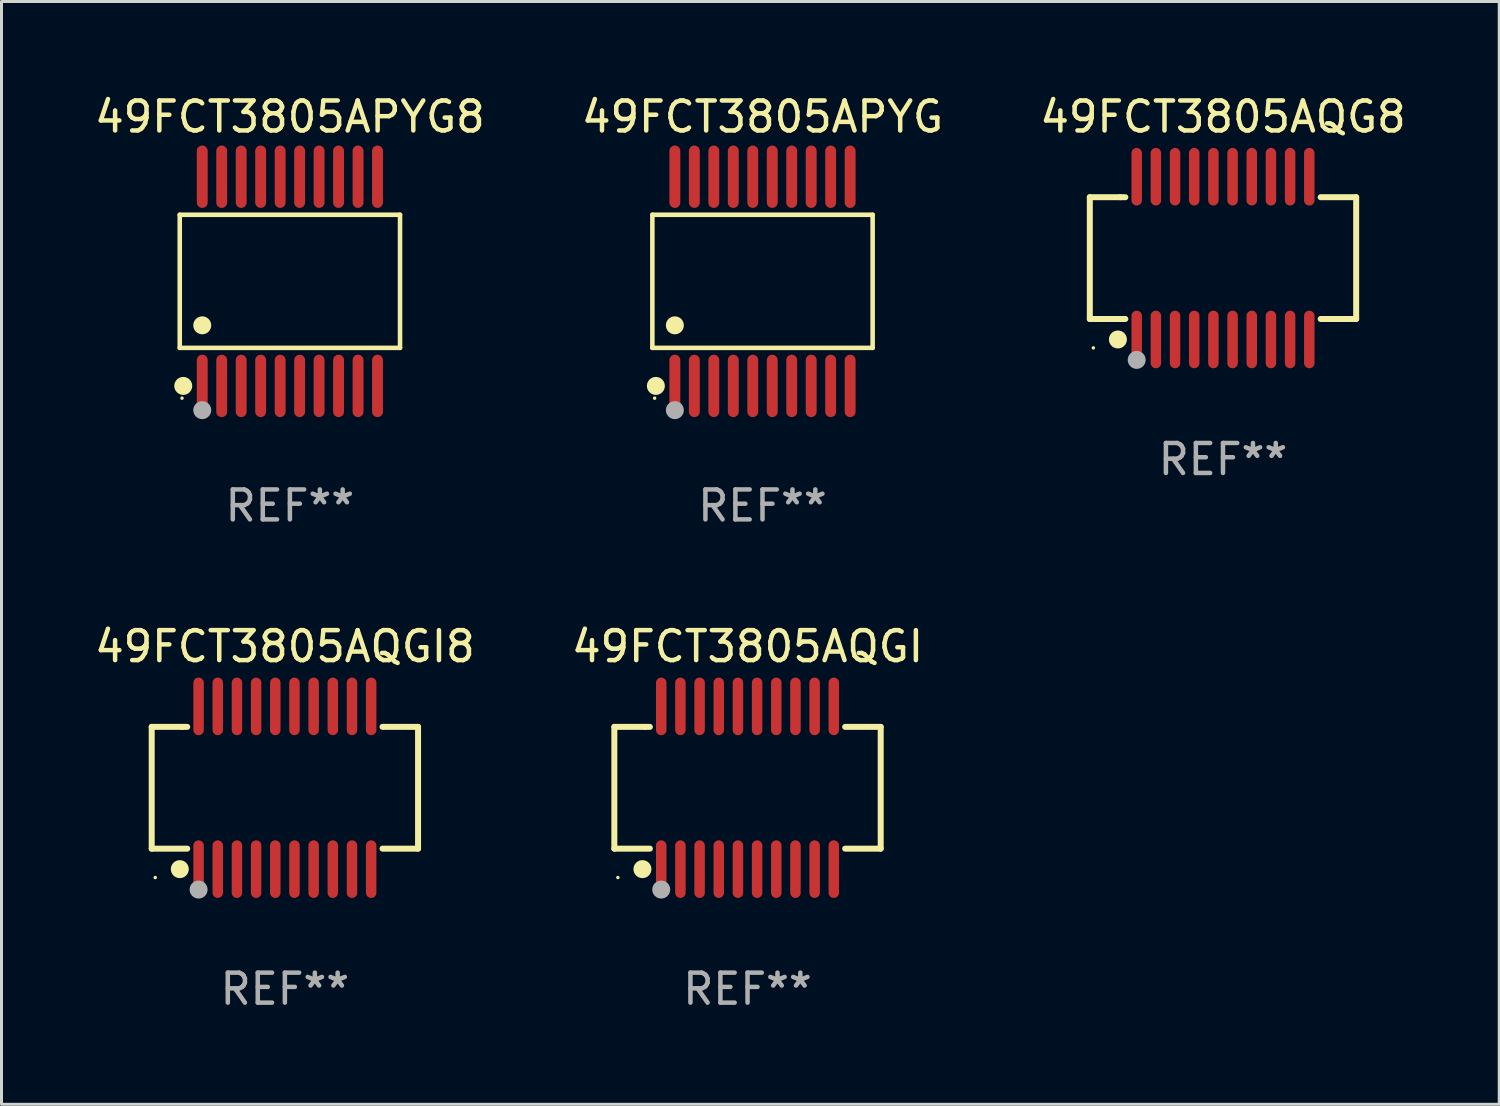
<source format=kicad_pcb>
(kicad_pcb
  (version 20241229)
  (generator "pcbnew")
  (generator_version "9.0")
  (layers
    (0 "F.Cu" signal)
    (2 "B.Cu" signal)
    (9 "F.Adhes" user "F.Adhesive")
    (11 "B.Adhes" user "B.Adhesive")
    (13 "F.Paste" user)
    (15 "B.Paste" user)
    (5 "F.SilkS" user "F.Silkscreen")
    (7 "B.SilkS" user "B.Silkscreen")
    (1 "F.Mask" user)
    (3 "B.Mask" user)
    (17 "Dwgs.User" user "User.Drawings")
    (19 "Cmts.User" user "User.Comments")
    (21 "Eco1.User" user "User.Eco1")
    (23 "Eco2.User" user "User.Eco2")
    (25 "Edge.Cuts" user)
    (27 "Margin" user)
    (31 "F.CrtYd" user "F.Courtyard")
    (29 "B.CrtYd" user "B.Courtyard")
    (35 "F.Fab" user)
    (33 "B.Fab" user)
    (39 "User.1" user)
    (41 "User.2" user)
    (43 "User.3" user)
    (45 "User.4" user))
  (footprint "49FCT3805AQGI"
    (layer "F.Cu")
    (at 21.899 23.242)
    (property "Reference" "49FCT3805AQGI" (at 0 -4.716 0) (layer "F.SilkS") (effects (font (size 1 1) (thickness 0.15))))
    (attr through_hole)
    (fp_line (start -4.445 -2.032) (end -4.445 2.032) (stroke (width 0.2) (type solid)) (layer "F.SilkS"))
    (fp_line (start -4.445 2.032) (end -3.259 2.032) (stroke (width 0.2) (type solid)) (layer "F.SilkS"))
    (fp_line (start -3.429 -2.032) (end -4.445 -2.032) (stroke (width 0.2) (type solid)) (layer "F.SilkS"))
    (fp_line (start -3.259 -2.032) (end -3.429 -2.032) (stroke (width 0.2) (type solid)) (layer "F.SilkS"))
    (fp_line (start 3.259 2.032) (end 4.445 2.032) (stroke (width 0.2) (type solid)) (layer "F.SilkS"))
    (fp_line (start 4.445 -2.032) (end 3.259 -2.032) (stroke (width 0.2) (type solid)) (layer "F.SilkS"))
    (fp_line (start 4.445 2.032) (end 4.445 -2.032) (stroke (width 0.2) (type solid)) (layer "F.SilkS"))
    (fp_circle (center -4.327 2.997) (end -4.297 2.997) (stroke (width 0.06) (type solid)) (fill no) (layer "F.SilkS"))
    (fp_circle (center -3.507 2.716) (end -3.357 2.716) (stroke (width 0.3) (type solid)) (fill no) (layer "F.SilkS"))
    (fp_circle (center -2.88 3.398) (end -2.73 3.398) (stroke (width 0.3) (type solid)) (fill no) (layer "F.Fab"))
    (fp_text user "REF**" (at 0 6.716 0) (layer "F.Fab") (effects (font (size 1 1) (thickness 0.15))))
    (pad "1" smd oval (at -2.88 2.716) (size 0.35 1.922) (layers "F.Cu" "F.Mask" "F.Paste"))
    (pad "2" smd oval (at -2.24 2.716) (size 0.35 1.922) (layers "F.Cu" "F.Mask" "F.Paste"))
    (pad "3" smd oval (at -1.6 2.716) (size 0.35 1.922) (layers "F.Cu" "F.Mask" "F.Paste"))
    (pad "4" smd oval (at -0.96 2.716) (size 0.35 1.922) (layers "F.Cu" "F.Mask" "F.Paste"))
    (pad "5" smd oval (at -0.32 2.716) (size 0.35 1.922) (layers "F.Cu" "F.Mask" "F.Paste"))
    (pad "6" smd oval (at 0.32 2.716) (size 0.35 1.922) (layers "F.Cu" "F.Mask" "F.Paste"))
    (pad "7" smd oval (at 0.96 2.716) (size 0.35 1.922) (layers "F.Cu" "F.Mask" "F.Paste"))
    (pad "8" smd oval (at 1.6 2.716) (size 0.35 1.922) (layers "F.Cu" "F.Mask" "F.Paste"))
    (pad "9" smd oval (at 2.24 2.716) (size 0.35 1.922) (layers "F.Cu" "F.Mask" "F.Paste"))
    (pad "10" smd oval (at 2.88 2.716) (size 0.35 1.922) (layers "F.Cu" "F.Mask" "F.Paste"))
    (pad "11" smd oval (at 2.88 -2.716) (size 0.35 1.922) (layers "F.Cu" "F.Mask" "F.Paste"))
    (pad "12" smd oval (at 2.24 -2.716) (size 0.35 1.922) (layers "F.Cu" "F.Mask" "F.Paste"))
    (pad "13" smd oval (at 1.6 -2.716) (size 0.35 1.922) (layers "F.Cu" "F.Mask" "F.Paste"))
    (pad "14" smd oval (at 0.96 -2.716) (size 0.35 1.922) (layers "F.Cu" "F.Mask" "F.Paste"))
    (pad "15" smd oval (at 0.32 -2.716) (size 0.35 1.922) (layers "F.Cu" "F.Mask" "F.Paste"))
    (pad "16" smd oval (at -0.32 -2.716) (size 0.35 1.922) (layers "F.Cu" "F.Mask" "F.Paste"))
    (pad "17" smd oval (at -0.96 -2.716) (size 0.35 1.922) (layers "F.Cu" "F.Mask" "F.Paste"))
    (pad "18" smd oval (at -1.6 -2.716) (size 0.35 1.922) (layers "F.Cu" "F.Mask" "F.Paste"))
    (pad "19" smd oval (at -2.24 -2.716) (size 0.35 1.922) (layers "F.Cu" "F.Mask" "F.Paste"))
    (pad "20" smd oval (at -2.88 -2.716) (size 0.35 1.922) (layers "F.Cu" "F.Mask" "F.Paste")))
  (footprint "49FCT3805APYG8"
    (layer "F.Cu")
    (at 6.625 6.339)
    (property "Reference" "49FCT3805APYG8" (at 0 -5.491 0) (layer "F.SilkS") (effects (font (size 1 1) (thickness 0.15))))
    (attr through_hole)
    (fp_line (start -3.676 -2.221) (end 3.676 -2.221) (stroke (width 0.152) (type solid)) (layer "F.SilkS"))
    (fp_line (start -3.676 2.221) (end -3.676 -2.221) (stroke (width 0.152) (type solid)) (layer "F.SilkS"))
    (fp_line (start 3.676 -2.221) (end 3.676 2.221) (stroke (width 0.152) (type solid)) (layer "F.SilkS"))
    (fp_line (start 3.676 2.221) (end -3.676 2.221) (stroke (width 0.152) (type solid)) (layer "F.SilkS"))
    (fp_circle (center -3.6 3.9) (end -3.57 3.9) (stroke (width 0.06) (type solid)) (fill no) (layer "F.SilkS"))
    (fp_circle (center -3.559 3.491) (end -3.409 3.491) (stroke (width 0.3) (type solid)) (fill no) (layer "F.SilkS"))
    (fp_circle (center -2.925 1.469) (end -2.775 1.469) (stroke (width 0.3) (type solid)) (fill no) (layer "F.SilkS"))
    (fp_circle (center -2.925 4.3) (end -2.775 4.3) (stroke (width 0.3) (type solid)) (fill no) (layer "F.Fab"))
    (fp_text user "REF**" (at 0 7.491 0) (layer "F.Fab") (effects (font (size 1 1) (thickness 0.15))))
    (pad "1" smd oval (at -2.925 3.491) (size 0.364 2.082) (layers "F.Cu" "F.Mask" "F.Paste"))
    (pad "2" smd oval (at -2.275 3.491) (size 0.364 2.082) (layers "F.Cu" "F.Mask" "F.Paste"))
    (pad "3" smd oval (at -1.625 3.491) (size 0.364 2.082) (layers "F.Cu" "F.Mask" "F.Paste"))
    (pad "4" smd oval (at -0.975 3.491) (size 0.364 2.082) (layers "F.Cu" "F.Mask" "F.Paste"))
    (pad "5" smd oval (at -0.325 3.491) (size 0.364 2.082) (layers "F.Cu" "F.Mask" "F.Paste"))
    (pad "6" smd oval (at 0.325 3.491) (size 0.364 2.082) (layers "F.Cu" "F.Mask" "F.Paste"))
    (pad "7" smd oval (at 0.975 3.491) (size 0.364 2.082) (layers "F.Cu" "F.Mask" "F.Paste"))
    (pad "8" smd oval (at 1.625 3.491) (size 0.364 2.082) (layers "F.Cu" "F.Mask" "F.Paste"))
    (pad "9" smd oval (at 2.275 3.491) (size 0.364 2.082) (layers "F.Cu" "F.Mask" "F.Paste"))
    (pad "10" smd oval (at 2.925 3.491) (size 0.364 2.082) (layers "F.Cu" "F.Mask" "F.Paste"))
    (pad "11" smd oval (at 2.925 -3.491) (size 0.364 2.082) (layers "F.Cu" "F.Mask" "F.Paste"))
    (pad "12" smd oval (at 2.275 -3.491) (size 0.364 2.082) (layers "F.Cu" "F.Mask" "F.Paste"))
    (pad "13" smd oval (at 1.625 -3.491) (size 0.364 2.082) (layers "F.Cu" "F.Mask" "F.Paste"))
    (pad "14" smd oval (at 0.975 -3.491) (size 0.364 2.082) (layers "F.Cu" "F.Mask" "F.Paste"))
    (pad "15" smd oval (at 0.325 -3.491) (size 0.364 2.082) (layers "F.Cu" "F.Mask" "F.Paste"))
    (pad "16" smd oval (at -0.325 -3.491) (size 0.364 2.082) (layers "F.Cu" "F.Mask" "F.Paste"))
    (pad "17" smd oval (at -0.975 -3.491) (size 0.364 2.082) (layers "F.Cu" "F.Mask" "F.Paste"))
    (pad "18" smd oval (at -1.625 -3.491) (size 0.364 2.082) (layers "F.Cu" "F.Mask" "F.Paste"))
    (pad "19" smd oval (at -2.275 -3.491) (size 0.364 2.082) (layers "F.Cu" "F.Mask" "F.Paste"))
    (pad "20" smd oval (at -2.925 -3.491) (size 0.364 2.082) (layers "F.Cu" "F.Mask" "F.Paste")))
  (footprint "49FCT3805AQGI8"
    (layer "F.Cu")
    (at 6.458 23.242)
    (property "Reference" "49FCT3805AQGI8" (at 0 -4.716 0) (layer "F.SilkS") (effects (font (size 1 1) (thickness 0.15))))
    (attr through_hole)
    (fp_line (start -4.445 -2.032) (end -4.445 2.032) (stroke (width 0.2) (type solid)) (layer "F.SilkS"))
    (fp_line (start -4.445 2.032) (end -3.259 2.032) (stroke (width 0.2) (type solid)) (layer "F.SilkS"))
    (fp_line (start -3.429 -2.032) (end -4.445 -2.032) (stroke (width 0.2) (type solid)) (layer "F.SilkS"))
    (fp_line (start -3.259 -2.032) (end -3.429 -2.032) (stroke (width 0.2) (type solid)) (layer "F.SilkS"))
    (fp_line (start 3.259 2.032) (end 4.445 2.032) (stroke (width 0.2) (type solid)) (layer "F.SilkS"))
    (fp_line (start 4.445 -2.032) (end 3.259 -2.032) (stroke (width 0.2) (type solid)) (layer "F.SilkS"))
    (fp_line (start 4.445 2.032) (end 4.445 -2.032) (stroke (width 0.2) (type solid)) (layer "F.SilkS"))
    (fp_circle (center -4.327 2.997) (end -4.297 2.997) (stroke (width 0.06) (type solid)) (fill no) (layer "F.SilkS"))
    (fp_circle (center -3.507 2.716) (end -3.357 2.716) (stroke (width 0.3) (type solid)) (fill no) (layer "F.SilkS"))
    (fp_circle (center -2.88 3.398) (end -2.73 3.398) (stroke (width 0.3) (type solid)) (fill no) (layer "F.Fab"))
    (fp_text user "REF**" (at 0 6.716 0) (layer "F.Fab") (effects (font (size 1 1) (thickness 0.15))))
    (pad "1" smd oval (at -2.88 2.716) (size 0.35 1.922) (layers "F.Cu" "F.Mask" "F.Paste"))
    (pad "2" smd oval (at -2.24 2.716) (size 0.35 1.922) (layers "F.Cu" "F.Mask" "F.Paste"))
    (pad "3" smd oval (at -1.6 2.716) (size 0.35 1.922) (layers "F.Cu" "F.Mask" "F.Paste"))
    (pad "4" smd oval (at -0.96 2.716) (size 0.35 1.922) (layers "F.Cu" "F.Mask" "F.Paste"))
    (pad "5" smd oval (at -0.32 2.716) (size 0.35 1.922) (layers "F.Cu" "F.Mask" "F.Paste"))
    (pad "6" smd oval (at 0.32 2.716) (size 0.35 1.922) (layers "F.Cu" "F.Mask" "F.Paste"))
    (pad "7" smd oval (at 0.96 2.716) (size 0.35 1.922) (layers "F.Cu" "F.Mask" "F.Paste"))
    (pad "8" smd oval (at 1.6 2.716) (size 0.35 1.922) (layers "F.Cu" "F.Mask" "F.Paste"))
    (pad "9" smd oval (at 2.24 2.716) (size 0.35 1.922) (layers "F.Cu" "F.Mask" "F.Paste"))
    (pad "10" smd oval (at 2.88 2.716) (size 0.35 1.922) (layers "F.Cu" "F.Mask" "F.Paste"))
    (pad "11" smd oval (at 2.88 -2.716) (size 0.35 1.922) (layers "F.Cu" "F.Mask" "F.Paste"))
    (pad "12" smd oval (at 2.24 -2.716) (size 0.35 1.922) (layers "F.Cu" "F.Mask" "F.Paste"))
    (pad "13" smd oval (at 1.6 -2.716) (size 0.35 1.922) (layers "F.Cu" "F.Mask" "F.Paste"))
    (pad "14" smd oval (at 0.96 -2.716) (size 0.35 1.922) (layers "F.Cu" "F.Mask" "F.Paste"))
    (pad "15" smd oval (at 0.32 -2.716) (size 0.35 1.922) (layers "F.Cu" "F.Mask" "F.Paste"))
    (pad "16" smd oval (at -0.32 -2.716) (size 0.35 1.922) (layers "F.Cu" "F.Mask" "F.Paste"))
    (pad "17" smd oval (at -0.96 -2.716) (size 0.35 1.922) (layers "F.Cu" "F.Mask" "F.Paste"))
    (pad "18" smd oval (at -1.6 -2.716) (size 0.35 1.922) (layers "F.Cu" "F.Mask" "F.Paste"))
    (pad "19" smd oval (at -2.24 -2.716) (size 0.35 1.922) (layers "F.Cu" "F.Mask" "F.Paste"))
    (pad "20" smd oval (at -2.88 -2.716) (size 0.35 1.922) (layers "F.Cu" "F.Mask" "F.Paste")))
  (footprint "49FCT3805APYG"
    (layer "F.Cu")
    (at 22.399 6.339)
    (property "Reference" "49FCT3805APYG" (at 0 -5.491 0) (layer "F.SilkS") (effects (font (size 1 1) (thickness 0.15))))
    (attr through_hole)
    (fp_line (start -3.676 -2.221) (end 3.676 -2.221) (stroke (width 0.152) (type solid)) (layer "F.SilkS"))
    (fp_line (start -3.676 2.221) (end -3.676 -2.221) (stroke (width 0.152) (type solid)) (layer "F.SilkS"))
    (fp_line (start 3.676 -2.221) (end 3.676 2.221) (stroke (width 0.152) (type solid)) (layer "F.SilkS"))
    (fp_line (start 3.676 2.221) (end -3.676 2.221) (stroke (width 0.152) (type solid)) (layer "F.SilkS"))
    (fp_circle (center -3.6 3.9) (end -3.57 3.9) (stroke (width 0.06) (type solid)) (fill no) (layer "F.SilkS"))
    (fp_circle (center -3.559 3.491) (end -3.409 3.491) (stroke (width 0.3) (type solid)) (fill no) (layer "F.SilkS"))
    (fp_circle (center -2.925 1.469) (end -2.775 1.469) (stroke (width 0.3) (type solid)) (fill no) (layer "F.SilkS"))
    (fp_circle (center -2.925 4.3) (end -2.775 4.3) (stroke (width 0.3) (type solid)) (fill no) (layer "F.Fab"))
    (fp_text user "REF**" (at 0 7.491 0) (layer "F.Fab") (effects (font (size 1 1) (thickness 0.15))))
    (pad "1" smd oval (at -2.925 3.491) (size 0.364 2.082) (layers "F.Cu" "F.Mask" "F.Paste"))
    (pad "2" smd oval (at -2.275 3.491) (size 0.364 2.082) (layers "F.Cu" "F.Mask" "F.Paste"))
    (pad "3" smd oval (at -1.625 3.491) (size 0.364 2.082) (layers "F.Cu" "F.Mask" "F.Paste"))
    (pad "4" smd oval (at -0.975 3.491) (size 0.364 2.082) (layers "F.Cu" "F.Mask" "F.Paste"))
    (pad "5" smd oval (at -0.325 3.491) (size 0.364 2.082) (layers "F.Cu" "F.Mask" "F.Paste"))
    (pad "6" smd oval (at 0.325 3.491) (size 0.364 2.082) (layers "F.Cu" "F.Mask" "F.Paste"))
    (pad "7" smd oval (at 0.975 3.491) (size 0.364 2.082) (layers "F.Cu" "F.Mask" "F.Paste"))
    (pad "8" smd oval (at 1.625 3.491) (size 0.364 2.082) (layers "F.Cu" "F.Mask" "F.Paste"))
    (pad "9" smd oval (at 2.275 3.491) (size 0.364 2.082) (layers "F.Cu" "F.Mask" "F.Paste"))
    (pad "10" smd oval (at 2.925 3.491) (size 0.364 2.082) (layers "F.Cu" "F.Mask" "F.Paste"))
    (pad "11" smd oval (at 2.925 -3.491) (size 0.364 2.082) (layers "F.Cu" "F.Mask" "F.Paste"))
    (pad "12" smd oval (at 2.275 -3.491) (size 0.364 2.082) (layers "F.Cu" "F.Mask" "F.Paste"))
    (pad "13" smd oval (at 1.625 -3.491) (size 0.364 2.082) (layers "F.Cu" "F.Mask" "F.Paste"))
    (pad "14" smd oval (at 0.975 -3.491) (size 0.364 2.082) (layers "F.Cu" "F.Mask" "F.Paste"))
    (pad "15" smd oval (at 0.325 -3.491) (size 0.364 2.082) (layers "F.Cu" "F.Mask" "F.Paste"))
    (pad "16" smd oval (at -0.325 -3.491) (size 0.364 2.082) (layers "F.Cu" "F.Mask" "F.Paste"))
    (pad "17" smd oval (at -0.975 -3.491) (size 0.364 2.082) (layers "F.Cu" "F.Mask" "F.Paste"))
    (pad "18" smd oval (at -1.625 -3.491) (size 0.364 2.082) (layers "F.Cu" "F.Mask" "F.Paste"))
    (pad "19" smd oval (at -2.275 -3.491) (size 0.364 2.082) (layers "F.Cu" "F.Mask" "F.Paste"))
    (pad "20" smd oval (at -2.925 -3.491) (size 0.364 2.082) (layers "F.Cu" "F.Mask" "F.Paste")))
  (footprint "49FCT3805AQG8"
    (layer "F.Cu")
    (at 37.768 5.564)
    (property "Reference" "49FCT3805AQG8" (at 0 -4.716 0) (layer "F.SilkS") (effects (font (size 1 1) (thickness 0.15))))
    (attr through_hole)
    (fp_line (start -4.445 -2.032) (end -4.445 2.032) (stroke (width 0.2) (type solid)) (layer "F.SilkS"))
    (fp_line (start -4.445 2.032) (end -3.259 2.032) (stroke (width 0.2) (type solid)) (layer "F.SilkS"))
    (fp_line (start -3.429 -2.032) (end -4.445 -2.032) (stroke (width 0.2) (type solid)) (layer "F.SilkS"))
    (fp_line (start -3.259 -2.032) (end -3.429 -2.032) (stroke (width 0.2) (type solid)) (layer "F.SilkS"))
    (fp_line (start 3.259 2.032) (end 4.445 2.032) (stroke (width 0.2) (type solid)) (layer "F.SilkS"))
    (fp_line (start 4.445 -2.032) (end 3.259 -2.032) (stroke (width 0.2) (type solid)) (layer "F.SilkS"))
    (fp_line (start 4.445 2.032) (end 4.445 -2.032) (stroke (width 0.2) (type solid)) (layer "F.SilkS"))
    (fp_circle (center -4.327 2.997) (end -4.297 2.997) (stroke (width 0.06) (type solid)) (fill no) (layer "F.SilkS"))
    (fp_circle (center -3.507 2.716) (end -3.357 2.716) (stroke (width 0.3) (type solid)) (fill no) (layer "F.SilkS"))
    (fp_circle (center -2.88 3.398) (end -2.73 3.398) (stroke (width 0.3) (type solid)) (fill no) (layer "F.Fab"))
    (fp_text user "REF**" (at 0 6.716 0) (layer "F.Fab") (effects (font (size 1 1) (thickness 0.15))))
    (pad "1" smd oval (at -2.88 2.716) (size 0.35 1.922) (layers "F.Cu" "F.Mask" "F.Paste"))
    (pad "2" smd oval (at -2.24 2.716) (size 0.35 1.922) (layers "F.Cu" "F.Mask" "F.Paste"))
    (pad "3" smd oval (at -1.6 2.716) (size 0.35 1.922) (layers "F.Cu" "F.Mask" "F.Paste"))
    (pad "4" smd oval (at -0.96 2.716) (size 0.35 1.922) (layers "F.Cu" "F.Mask" "F.Paste"))
    (pad "5" smd oval (at -0.32 2.716) (size 0.35 1.922) (layers "F.Cu" "F.Mask" "F.Paste"))
    (pad "6" smd oval (at 0.32 2.716) (size 0.35 1.922) (layers "F.Cu" "F.Mask" "F.Paste"))
    (pad "7" smd oval (at 0.96 2.716) (size 0.35 1.922) (layers "F.Cu" "F.Mask" "F.Paste"))
    (pad "8" smd oval (at 1.6 2.716) (size 0.35 1.922) (layers "F.Cu" "F.Mask" "F.Paste"))
    (pad "9" smd oval (at 2.24 2.716) (size 0.35 1.922) (layers "F.Cu" "F.Mask" "F.Paste"))
    (pad "10" smd oval (at 2.88 2.716) (size 0.35 1.922) (layers "F.Cu" "F.Mask" "F.Paste"))
    (pad "11" smd oval (at 2.88 -2.716) (size 0.35 1.922) (layers "F.Cu" "F.Mask" "F.Paste"))
    (pad "12" smd oval (at 2.24 -2.716) (size 0.35 1.922) (layers "F.Cu" "F.Mask" "F.Paste"))
    (pad "13" smd oval (at 1.6 -2.716) (size 0.35 1.922) (layers "F.Cu" "F.Mask" "F.Paste"))
    (pad "14" smd oval (at 0.96 -2.716) (size 0.35 1.922) (layers "F.Cu" "F.Mask" "F.Paste"))
    (pad "15" smd oval (at 0.32 -2.716) (size 0.35 1.922) (layers "F.Cu" "F.Mask" "F.Paste"))
    (pad "16" smd oval (at -0.32 -2.716) (size 0.35 1.922) (layers "F.Cu" "F.Mask" "F.Paste"))
    (pad "17" smd oval (at -0.96 -2.716) (size 0.35 1.922) (layers "F.Cu" "F.Mask" "F.Paste"))
    (pad "18" smd oval (at -1.6 -2.716) (size 0.35 1.922) (layers "F.Cu" "F.Mask" "F.Paste"))
    (pad "19" smd oval (at -2.24 -2.716) (size 0.35 1.922) (layers "F.Cu" "F.Mask" "F.Paste"))
    (pad "20" smd oval (at -2.88 -2.716) (size 0.35 1.922) (layers "F.Cu" "F.Mask" "F.Paste")))
  (gr_rect
    (start -3 -3)
    (end 46.988 33.807)
    (stroke (width 0.1) (type default))
    (fill no)
    (layer "Edge.Cuts")))
</source>
